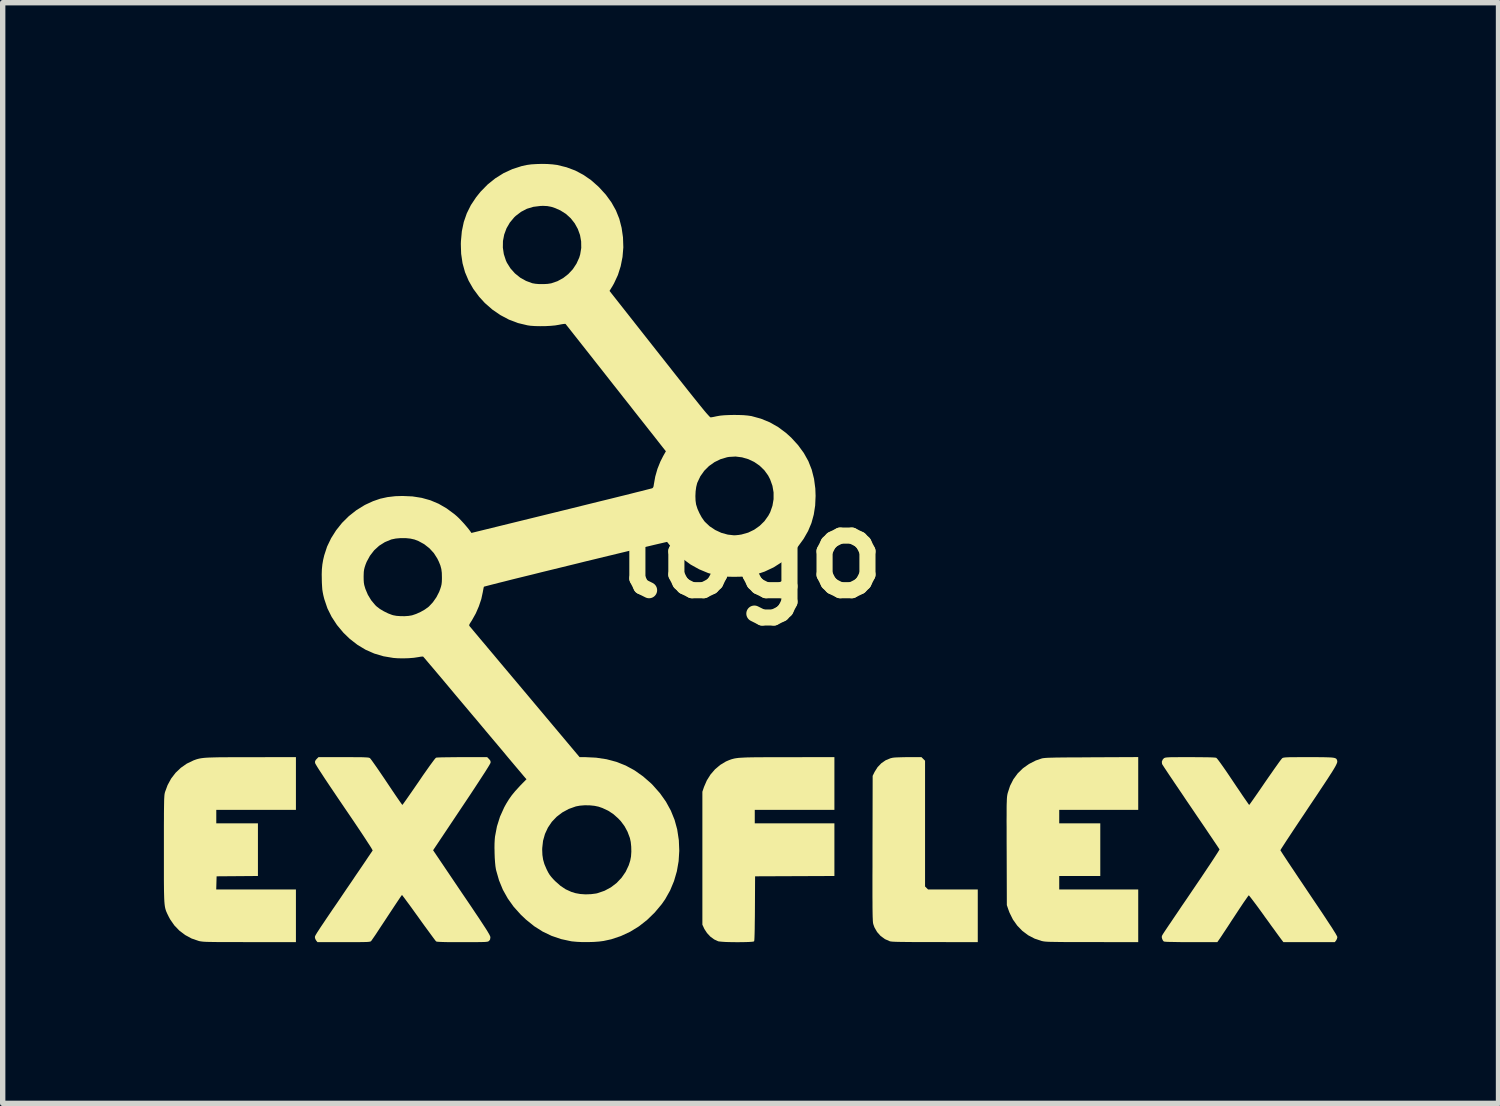
<source format=kicad_pcb>
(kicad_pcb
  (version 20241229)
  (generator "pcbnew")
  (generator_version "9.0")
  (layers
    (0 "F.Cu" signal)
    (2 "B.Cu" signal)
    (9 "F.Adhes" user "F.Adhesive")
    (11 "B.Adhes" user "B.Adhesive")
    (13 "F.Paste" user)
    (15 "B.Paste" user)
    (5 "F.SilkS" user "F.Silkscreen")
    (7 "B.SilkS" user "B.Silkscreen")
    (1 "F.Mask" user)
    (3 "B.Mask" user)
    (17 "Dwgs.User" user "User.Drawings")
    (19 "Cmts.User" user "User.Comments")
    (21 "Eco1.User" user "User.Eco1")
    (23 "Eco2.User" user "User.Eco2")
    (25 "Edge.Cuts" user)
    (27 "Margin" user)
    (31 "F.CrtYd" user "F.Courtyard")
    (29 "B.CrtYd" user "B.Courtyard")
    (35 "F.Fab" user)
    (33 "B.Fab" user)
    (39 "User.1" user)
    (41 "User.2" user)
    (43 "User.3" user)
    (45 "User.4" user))
  (footprint "logo"
    (layer "F.Cu")
    (at 10.916 7.244)
    (property "Reference" "logo" (at 0 0 0) (layer "F.SilkS") (effects (font (size 1.524 1.524) (thickness 0.3))))
    (attr board_only exclude_from_pos_files exclude_from_bom)
    (fp_poly (pts (xy 3.216 3.83) (xy 3.249 3.863) (xy 3.249 6.203) (xy 3.277 6.231) (xy 3.305 6.259) (xy 4.23 6.259) (xy 4.23 7.239) (xy 3.434 7.238) (xy 3.27 7.238) (xy 3.127 7.238) (xy 3.004 7.237) (xy 2.9 7.236) (xy 2.814 7.235) (xy 2.744 7.234) (xy 2.688 7.232) (xy 2.646 7.23) (xy 2.617 7.227) (xy 2.598 7.224) (xy 2.594 7.223) (xy 2.503 7.183) (xy 2.422 7.124) (xy 2.356 7.05) (xy 2.307 6.964) (xy 2.287 6.908) (xy 2.284 6.897) (xy 2.281 6.882) (xy 2.279 6.863) (xy 2.277 6.838) (xy 2.276 6.806) (xy 2.274 6.766) (xy 2.273 6.717) (xy 2.272 6.657) (xy 2.271 6.585) (xy 2.271 6.5) (xy 2.27 6.4) (xy 2.27 6.285) (xy 2.27 6.153) (xy 2.27 6.002) (xy 2.271 5.832) (xy 2.271 5.642) (xy 2.271 5.494) (xy 2.274 4.144) (xy 2.311 4.069) (xy 2.366 3.982) (xy 2.435 3.91) (xy 2.516 3.854) (xy 2.606 3.817) (xy 2.644 3.808) (xy 2.674 3.804) (xy 2.722 3.801) (xy 2.784 3.799) (xy 2.856 3.797) (xy 2.931 3.796) (xy 2.944 3.796) (xy 3.182 3.796)) (stroke (width 0) (type solid)) (fill yes) (layer "F.SilkS"))
    (fp_poly (pts (xy 1.562 4.777) (xy 0.08 4.777) (xy 0.08 5.028) (xy 1.562 5.028) (xy 1.562 6.008) (xy 0.086 6.014) (xy 0.083 6.611) (xy 0.082 6.76) (xy 0.08 6.886) (xy 0.079 6.991) (xy 0.077 7.076) (xy 0.075 7.141) (xy 0.073 7.187) (xy 0.07 7.214) (xy 0.067 7.224) (xy 0.052 7.229) (xy 0.017 7.233) (xy -0.033 7.236) (xy -0.095 7.238) (xy -0.166 7.239) (xy -0.241 7.24) (xy -0.318 7.239) (xy -0.393 7.238) (xy -0.461 7.236) (xy -0.521 7.232) (xy -0.567 7.228) (xy -0.597 7.224) (xy -0.601 7.223) (xy -0.676 7.188) (xy -0.747 7.136) (xy -0.809 7.069) (xy -0.858 6.994) (xy -0.863 6.983) (xy -0.895 6.914) (xy -0.895 4.44) (xy -0.864 4.349) (xy -0.812 4.229) (xy -0.743 4.119) (xy -0.659 4.022) (xy -0.563 3.941) (xy -0.457 3.877) (xy -0.401 3.853) (xy -0.374 3.843) (xy -0.348 3.834) (xy -0.321 3.827) (xy -0.292 3.82) (xy -0.259 3.815) (xy -0.22 3.81) (xy -0.174 3.807) (xy -0.118 3.804) (xy -0.052 3.801) (xy 0.027 3.8) (xy 0.12 3.798) (xy 0.228 3.798) (xy 0.355 3.797) (xy 0.5 3.797) (xy 0.666 3.797) (xy 0.698 3.797) (xy 1.562 3.796)) (stroke (width 0) (type solid)) (fill yes) (layer "F.SilkS"))
    (fp_poly (pts (xy 7.216 4.777) (xy 5.746 4.777) (xy 5.746 5.028) (xy 6.51 5.028) (xy 6.51 6.008) (xy 5.746 6.008) (xy 5.746 6.259) (xy 7.216 6.259) (xy 7.216 7.239) (xy 6.359 7.238) (xy 6.196 7.238) (xy 6.056 7.238) (xy 5.934 7.238) (xy 5.83 7.237) (xy 5.743 7.236) (xy 5.67 7.235) (xy 5.61 7.234) (xy 5.561 7.233) (xy 5.522 7.231) (xy 5.49 7.229) (xy 5.465 7.226) (xy 5.445 7.223) (xy 5.427 7.219) (xy 5.42 7.218) (xy 5.289 7.174) (xy 5.168 7.111) (xy 5.06 7.03) (xy 4.965 6.932) (xy 4.884 6.818) (xy 4.821 6.691) (xy 4.798 6.629) (xy 4.771 6.55) (xy 4.768 5.555) (xy 4.767 5.381) (xy 4.767 5.228) (xy 4.767 5.096) (xy 4.766 4.981) (xy 4.767 4.883) (xy 4.767 4.8) (xy 4.767 4.731) (xy 4.768 4.673) (xy 4.77 4.626) (xy 4.771 4.588) (xy 4.773 4.557) (xy 4.775 4.531) (xy 4.778 4.51) (xy 4.781 4.492) (xy 4.785 4.474) (xy 4.788 4.462) (xy 4.831 4.33) (xy 4.893 4.208) (xy 4.973 4.099) (xy 5.07 4.004) (xy 5.182 3.924) (xy 5.309 3.859) (xy 5.41 3.824) (xy 5.424 3.82) (xy 5.441 3.816) (xy 5.461 3.814) (xy 5.487 3.811) (xy 5.52 3.809) (xy 5.561 3.807) (xy 5.613 3.806) (xy 5.677 3.804) (xy 5.755 3.803) (xy 5.848 3.802) (xy 5.957 3.801) (xy 6.085 3.801) (xy 6.233 3.8) (xy 6.347 3.799) (xy 7.216 3.795)) (stroke (width 0) (type solid)) (fill yes) (layer "F.SilkS"))
    (fp_poly (pts (xy -8.459 4.777) (xy -9.941 4.777) (xy -9.941 5.028) (xy -9.166 5.028) (xy -9.166 6.008) (xy -9.551 6.011) (xy -9.935 6.014) (xy -9.942 6.259) (xy -8.459 6.259) (xy -8.459 7.239) (xy -9.323 7.239) (xy -9.484 7.238) (xy -9.625 7.238) (xy -9.746 7.238) (xy -9.849 7.238) (xy -9.936 7.237) (xy -10.008 7.236) (xy -10.068 7.235) (xy -10.117 7.234) (xy -10.156 7.232) (xy -10.187 7.23) (xy -10.212 7.227) (xy -10.233 7.224) (xy -10.251 7.221) (xy -10.267 7.217) (xy -10.27 7.216) (xy -10.401 7.171) (xy -10.521 7.106) (xy -10.629 7.024) (xy -10.722 6.927) (xy -10.799 6.816) (xy -10.825 6.768) (xy -10.84 6.737) (xy -10.854 6.709) (xy -10.865 6.684) (xy -10.876 6.659) (xy -10.884 6.633) (xy -10.892 6.604) (xy -10.898 6.571) (xy -10.903 6.532) (xy -10.907 6.485) (xy -10.91 6.43) (xy -10.912 6.363) (xy -10.914 6.285) (xy -10.915 6.193) (xy -10.916 6.085) (xy -10.916 5.961) (xy -10.916 5.818) (xy -10.916 5.655) (xy -10.916 5.518) (xy -10.916 5.343) (xy -10.916 5.19) (xy -10.916 5.056) (xy -10.915 4.941) (xy -10.915 4.843) (xy -10.914 4.759) (xy -10.913 4.69) (xy -10.912 4.633) (xy -10.911 4.586) (xy -10.909 4.549) (xy -10.907 4.519) (xy -10.905 4.495) (xy -10.902 4.476) (xy -10.899 4.461) (xy -10.895 4.447) (xy -10.895 4.446) (xy -10.847 4.316) (xy -10.781 4.195) (xy -10.698 4.087) (xy -10.6 3.994) (xy -10.49 3.917) (xy -10.369 3.859) (xy -10.368 3.858) (xy -10.338 3.847) (xy -10.31 3.837) (xy -10.282 3.829) (xy -10.252 3.822) (xy -10.218 3.816) (xy -10.179 3.811) (xy -10.133 3.807) (xy -10.079 3.804) (xy -10.014 3.802) (xy -9.936 3.8) (xy -9.845 3.798) (xy -9.737 3.798) (xy -9.613 3.797) (xy -9.469 3.797) (xy -9.304 3.797) (xy -9.288 3.797) (xy -8.459 3.796)) (stroke (width 0) (type solid)) (fill yes) (layer "F.SilkS"))
    (fp_poly (pts (xy -7.456 3.796) (xy -7.36 3.797) (xy -7.282 3.797) (xy -7.221 3.798) (xy -7.174 3.8) (xy -7.139 3.802) (xy -7.114 3.804) (xy -7.097 3.808) (xy -7.086 3.812) (xy -7.081 3.815) (xy -7.07 3.828) (xy -7.047 3.858) (xy -7.015 3.903) (xy -6.974 3.961) (xy -6.926 4.03) (xy -6.873 4.108) (xy -6.815 4.193) (xy -6.771 4.259) (xy -6.712 4.347) (xy -6.657 4.429) (xy -6.607 4.503) (xy -6.563 4.567) (xy -6.527 4.619) (xy -6.5 4.657) (xy -6.483 4.68) (xy -6.478 4.685) (xy -6.47 4.676) (xy -6.451 4.65) (xy -6.421 4.608) (xy -6.383 4.554) (xy -6.337 4.488) (xy -6.284 4.412) (xy -6.227 4.329) (xy -6.173 4.251) (xy -6.095 4.136) (xy -6.026 4.038) (xy -5.968 3.956) (xy -5.921 3.892) (xy -5.886 3.845) (xy -5.862 3.816) (xy -5.85 3.806) (xy -5.834 3.804) (xy -5.796 3.802) (xy -5.742 3.8) (xy -5.672 3.799) (xy -5.59 3.798) (xy -5.498 3.797) (xy -5.398 3.796) (xy -5.362 3.796) (xy -4.9 3.796) (xy -4.866 3.831) (xy -4.843 3.858) (xy -4.836 3.881) (xy -4.837 3.902) (xy -4.845 3.918) (xy -4.864 3.952) (xy -4.896 4.004) (xy -4.938 4.071) (xy -4.992 4.154) (xy -5.055 4.251) (xy -5.127 4.361) (xy -5.208 4.484) (xy -5.298 4.619) (xy -5.375 4.734) (xy -5.906 5.529) (xy -5.373 6.319) (xy -5.277 6.46) (xy -5.193 6.584) (xy -5.121 6.692) (xy -5.059 6.784) (xy -5.007 6.863) (xy -4.964 6.929) (xy -4.928 6.984) (xy -4.9 7.028) (xy -4.879 7.064) (xy -4.863 7.091) (xy -4.852 7.113) (xy -4.845 7.129) (xy -4.841 7.141) (xy -4.84 7.151) (xy -4.84 7.152) (xy -4.846 7.191) (xy -4.866 7.217) (xy -4.867 7.218) (xy -4.875 7.223) (xy -4.885 7.228) (xy -4.899 7.231) (xy -4.921 7.234) (xy -4.951 7.236) (xy -4.992 7.237) (xy -5.047 7.238) (xy -5.117 7.239) (xy -5.205 7.239) (xy -5.312 7.239) (xy -5.363 7.239) (xy -5.486 7.239) (xy -5.588 7.239) (xy -5.671 7.238) (xy -5.736 7.236) (xy -5.785 7.234) (xy -5.819 7.232) (xy -5.84 7.229) (xy -5.85 7.225) (xy -5.85 7.225) (xy -5.861 7.213) (xy -5.883 7.184) (xy -5.915 7.141) (xy -5.956 7.085) (xy -6.005 7.018) (xy -6.061 6.942) (xy -6.121 6.859) (xy -6.173 6.786) (xy -6.236 6.699) (xy -6.294 6.618) (xy -6.347 6.545) (xy -6.394 6.482) (xy -6.432 6.43) (xy -6.461 6.392) (xy -6.479 6.368) (xy -6.485 6.361) (xy -6.493 6.371) (xy -6.512 6.397) (xy -6.54 6.439) (xy -6.577 6.494) (xy -6.621 6.56) (xy -6.671 6.636) (xy -6.726 6.719) (xy -6.766 6.78) (xy -6.824 6.868) (xy -6.879 6.951) (xy -6.929 7.027) (xy -6.972 7.093) (xy -7.009 7.147) (xy -7.037 7.187) (xy -7.054 7.212) (xy -7.06 7.219) (xy -7.066 7.224) (xy -7.075 7.228) (xy -7.089 7.231) (xy -7.111 7.234) (xy -7.142 7.236) (xy -7.185 7.237) (xy -7.24 7.238) (xy -7.312 7.239) (xy -7.401 7.239) (xy -7.51 7.239) (xy -7.569 7.239) (xy -8.058 7.239) (xy -8.082 7.209) (xy -8.099 7.179) (xy -8.106 7.149) (xy -8.106 7.144) (xy -8.105 7.138) (xy -8.103 7.13) (xy -8.099 7.121) (xy -8.092 7.107) (xy -8.081 7.089) (xy -8.067 7.065) (xy -8.046 7.033) (xy -8.021 6.994) (xy -7.988 6.944) (xy -7.948 6.885) (xy -7.9 6.813) (xy -7.843 6.729) (xy -7.776 6.63) (xy -7.698 6.517) (xy -7.61 6.387) (xy -7.51 6.239) (xy -7.496 6.219) (xy -7.42 6.108) (xy -7.349 6.002) (xy -7.281 5.903) (xy -7.22 5.813) (xy -7.165 5.732) (xy -7.119 5.663) (xy -7.081 5.607) (xy -7.053 5.566) (xy -7.036 5.541) (xy -7.031 5.533) (xy -7.036 5.522) (xy -7.053 5.492) (xy -7.081 5.447) (xy -7.121 5.386) (xy -7.17 5.31) (xy -7.228 5.222) (xy -7.295 5.122) (xy -7.37 5.01) (xy -7.452 4.889) (xy -7.54 4.76) (xy -7.561 4.729) (xy -7.671 4.567) (xy -7.768 4.423) (xy -7.853 4.297) (xy -7.925 4.189) (xy -7.984 4.098) (xy -8.032 4.025) (xy -8.067 3.969) (xy -8.09 3.93) (xy -8.102 3.907) (xy -8.103 3.902) (xy -8.103 3.873) (xy -8.089 3.848) (xy -8.074 3.831) (xy -8.039 3.796) (xy -7.573 3.796)) (stroke (width 0) (type solid)) (fill yes) (layer "F.SilkS"))
    (fp_poly (pts (xy 10.504 3.796) (xy 10.605 3.797) (xy 10.687 3.798) (xy 10.753 3.8) (xy 10.803 3.802) (xy 10.842 3.806) (xy 10.869 3.811) (xy 10.888 3.818) (xy 10.901 3.826) (xy 10.909 3.836) (xy 10.914 3.848) (xy 10.918 3.859) (xy 10.92 3.87) (xy 10.92 3.883) (xy 10.917 3.899) (xy 10.909 3.919) (xy 10.897 3.945) (xy 10.88 3.977) (xy 10.856 4.018) (xy 10.826 4.067) (xy 10.787 4.127) (xy 10.741 4.199) (xy 10.685 4.284) (xy 10.619 4.383) (xy 10.543 4.498) (xy 10.455 4.629) (xy 10.391 4.724) (xy 10.311 4.845) (xy 10.233 4.961) (xy 10.161 5.069) (xy 10.094 5.17) (xy 10.034 5.261) (xy 9.981 5.341) (xy 9.937 5.409) (xy 9.902 5.463) (xy 9.877 5.502) (xy 9.864 5.524) (xy 9.861 5.528) (xy 9.868 5.539) (xy 9.886 5.568) (xy 9.915 5.613) (xy 9.954 5.672) (xy 10.001 5.744) (xy 10.058 5.829) (xy 10.121 5.923) (xy 10.19 6.027) (xy 10.265 6.138) (xy 10.344 6.256) (xy 10.391 6.326) (xy 10.492 6.476) (xy 10.581 6.608) (xy 10.658 6.723) (xy 10.723 6.822) (xy 10.778 6.906) (xy 10.824 6.975) (xy 10.859 7.032) (xy 10.887 7.076) (xy 10.905 7.109) (xy 10.917 7.131) (xy 10.921 7.144) (xy 10.922 7.146) (xy 10.914 7.179) (xy 10.898 7.209) (xy 10.874 7.239) (xy 9.918 7.239) (xy 9.872 7.179) (xy 9.856 7.157) (xy 9.827 7.118) (xy 9.789 7.066) (xy 9.743 7.002) (xy 9.69 6.93) (xy 9.633 6.85) (xy 9.572 6.767) (xy 9.556 6.743) (xy 9.497 6.662) (xy 9.442 6.586) (xy 9.392 6.519) (xy 9.349 6.462) (xy 9.314 6.416) (xy 9.289 6.385) (xy 9.276 6.369) (xy 9.274 6.368) (xy 9.265 6.377) (xy 9.246 6.403) (xy 9.217 6.445) (xy 9.179 6.499) (xy 9.135 6.565) (xy 9.085 6.64) (xy 9.032 6.721) (xy 9.011 6.753) (xy 8.954 6.839) (xy 8.901 6.921) (xy 8.851 6.997) (xy 8.807 7.063) (xy 8.771 7.118) (xy 8.743 7.16) (xy 8.726 7.185) (xy 8.723 7.189) (xy 8.688 7.239) (xy 8.2 7.239) (xy 8.08 7.239) (xy 7.973 7.238) (xy 7.881 7.236) (xy 7.805 7.235) (xy 7.748 7.233) (xy 7.71 7.23) (xy 7.693 7.227) (xy 7.693 7.227) (xy 7.677 7.21) (xy 7.662 7.18) (xy 7.661 7.176) (xy 7.654 7.147) (xy 7.657 7.123) (xy 7.673 7.094) (xy 7.683 7.078) (xy 7.705 7.044) (xy 7.738 6.995) (xy 7.78 6.932) (xy 7.832 6.856) (xy 7.891 6.768) (xy 7.957 6.671) (xy 8.028 6.565) (xy 8.105 6.453) (xy 8.185 6.335) (xy 8.216 6.289) (xy 8.296 6.171) (xy 8.373 6.058) (xy 8.444 5.952) (xy 8.51 5.853) (xy 8.569 5.765) (xy 8.62 5.687) (xy 8.662 5.622) (xy 8.695 5.571) (xy 8.717 5.535) (xy 8.728 5.516) (xy 8.729 5.513) (xy 8.722 5.502) (xy 8.703 5.473) (xy 8.673 5.428) (xy 8.633 5.369) (xy 8.584 5.296) (xy 8.527 5.212) (xy 8.464 5.118) (xy 8.393 5.014) (xy 8.318 4.904) (xy 8.239 4.787) (xy 8.197 4.725) (xy 8.115 4.605) (xy 8.038 4.49) (xy 7.965 4.382) (xy 7.897 4.282) (xy 7.836 4.191) (xy 7.782 4.111) (xy 7.737 4.043) (xy 7.701 3.989) (xy 7.676 3.95) (xy 7.662 3.928) (xy 7.66 3.924) (xy 7.655 3.882) (xy 7.671 3.842) (xy 7.692 3.819) (xy 7.7 3.813) (xy 7.71 3.809) (xy 7.724 3.805) (xy 7.744 3.802) (xy 7.772 3.8) (xy 7.811 3.798) (xy 7.863 3.797) (xy 7.93 3.797) (xy 8.014 3.796) (xy 8.117 3.796) (xy 8.181 3.796) (xy 8.316 3.797) (xy 8.429 3.798) (xy 8.519 3.799) (xy 8.589 3.801) (xy 8.636 3.804) (xy 8.663 3.807) (xy 8.668 3.809) (xy 8.682 3.822) (xy 8.707 3.853) (xy 8.744 3.903) (xy 8.791 3.969) (xy 8.849 4.052) (xy 8.916 4.151) (xy 8.985 4.254) (xy 9.044 4.342) (xy 9.1 4.424) (xy 9.15 4.499) (xy 9.194 4.563) (xy 9.231 4.616) (xy 9.258 4.655) (xy 9.275 4.679) (xy 9.281 4.686) (xy 9.289 4.676) (xy 9.308 4.65) (xy 9.337 4.609) (xy 9.375 4.555) (xy 9.421 4.489) (xy 9.473 4.414) (xy 9.53 4.331) (xy 9.577 4.262) (xy 9.638 4.174) (xy 9.696 4.091) (xy 9.749 4.015) (xy 9.796 3.949) (xy 9.835 3.894) (xy 9.866 3.852) (xy 9.887 3.826) (xy 9.894 3.818) (xy 9.902 3.812) (xy 9.912 3.808) (xy 9.927 3.805) (xy 9.949 3.802) (xy 9.979 3.8) (xy 10.021 3.798) (xy 10.076 3.797) (xy 10.146 3.797) (xy 10.234 3.796) (xy 10.343 3.796) (xy 10.382 3.796)) (stroke (width 0) (type solid)) (fill yes) (layer "F.SilkS"))
    (fp_poly (pts (xy -3.78 -7.242) (xy -3.684 -7.235) (xy -3.604 -7.225) (xy -3.597 -7.224) (xy -3.423 -7.181) (xy -3.262 -7.121) (xy -3.111 -7.041) (xy -2.968 -6.943) (xy -2.831 -6.822) (xy -2.815 -6.806) (xy -2.69 -6.669) (xy -2.587 -6.527) (xy -2.504 -6.379) (xy -2.441 -6.222) (xy -2.398 -6.055) (xy -2.372 -5.875) (xy -2.372 -5.869) (xy -2.366 -5.69) (xy -2.381 -5.512) (xy -2.415 -5.34) (xy -2.467 -5.176) (xy -2.538 -5.023) (xy -2.566 -4.973) (xy -2.623 -4.88) (xy -1.695 -3.702) (xy -1.559 -3.53) (xy -1.437 -3.375) (xy -1.327 -3.236) (xy -1.229 -3.113) (xy -1.143 -3.004) (xy -1.067 -2.909) (xy -1.001 -2.827) (xy -0.945 -2.757) (xy -0.897 -2.698) (xy -0.857 -2.649) (xy -0.824 -2.61) (xy -0.797 -2.58) (xy -0.776 -2.557) (xy -0.761 -2.541) (xy -0.75 -2.531) (xy -0.742 -2.527) (xy -0.74 -2.527) (xy -0.716 -2.53) (xy -0.678 -2.537) (xy -0.632 -2.547) (xy -0.621 -2.549) (xy -0.564 -2.559) (xy -0.49 -2.566) (xy -0.404 -2.57) (xy -0.311 -2.572) (xy -0.218 -2.571) (xy -0.13 -2.568) (xy -0.052 -2.561) (xy 0.011 -2.552) (xy 0.018 -2.551) (xy 0.196 -2.502) (xy 0.361 -2.434) (xy 0.516 -2.346) (xy 0.662 -2.237) (xy 0.759 -2.149) (xy 0.886 -2.01) (xy 0.992 -1.865) (xy 1.077 -1.713) (xy 1.14 -1.553) (xy 1.183 -1.383) (xy 1.207 -1.203) (xy 1.212 -1.066) (xy 1.204 -0.885) (xy 1.178 -0.718) (xy 1.135 -0.561) (xy 1.072 -0.411) (xy 0.989 -0.266) (xy 0.885 -0.123) (xy 0.854 -0.085) (xy 0.726 0.05) (xy 0.584 0.167) (xy 0.43 0.265) (xy 0.264 0.343) (xy 0.089 0.402) (xy 0.02 0.418) (xy -0.041 0.428) (xy -0.12 0.435) (xy -0.209 0.439) (xy -0.304 0.44) (xy -0.398 0.439) (xy -0.487 0.434) (xy -0.563 0.427) (xy -0.613 0.419) (xy -0.788 0.37) (xy -0.956 0.3) (xy -1.114 0.212) (xy -1.259 0.106) (xy -1.391 -0.016) (xy -1.484 -0.124) (xy -1.512 -0.159) (xy -1.535 -0.189) (xy -1.549 -0.206) (xy -1.551 -0.209) (xy -1.563 -0.207) (xy -1.595 -0.2) (xy -1.646 -0.188) (xy -1.716 -0.172) (xy -1.801 -0.152) (xy -1.901 -0.128) (xy -2.015 -0.101) (xy -2.141 -0.071) (xy -2.277 -0.038) (xy -2.422 -0.003) (xy -2.574 0.034) (xy -2.733 0.072) (xy -2.896 0.112) (xy -3.063 0.152) (xy -3.231 0.194) (xy -3.399 0.235) (xy -3.566 0.276) (xy -3.73 0.316) (xy -3.89 0.355) (xy -4.045 0.394) (xy -4.192 0.43) (xy -4.331 0.464) (xy -4.46 0.496) (xy -4.577 0.526) (xy -4.682 0.552) (xy -4.772 0.575) (xy -4.846 0.594) (xy -4.903 0.609) (xy -4.941 0.619) (xy -4.959 0.624) (xy -4.96 0.625) (xy -4.965 0.639) (xy -4.971 0.67) (xy -4.979 0.712) (xy -4.981 0.724) (xy -5.009 0.854) (xy -5.054 0.988) (xy -5.111 1.12) (xy -5.178 1.24) (xy -5.197 1.271) (xy -5.221 1.308) (xy -5.233 1.332) (xy -5.234 1.348) (xy -5.229 1.356) (xy -5.219 1.369) (xy -5.195 1.397) (xy -5.161 1.438) (xy -5.119 1.488) (xy -5.071 1.545) (xy -5.028 1.597) (xy -4.995 1.636) (xy -4.948 1.691) (xy -4.89 1.761) (xy -4.82 1.844) (xy -4.741 1.938) (xy -4.653 2.043) (xy -4.558 2.156) (xy -4.457 2.276) (xy -4.35 2.403) (xy -4.24 2.534) (xy -4.128 2.667) (xy -4.015 2.802) (xy -4.01 2.808) (xy -3.18 3.796) (xy -3.079 3.796) (xy -2.873 3.806) (xy -2.679 3.835) (xy -2.495 3.884) (xy -2.321 3.953) (xy -2.156 4.043) (xy -1.999 4.154) (xy -1.848 4.286) (xy -1.814 4.321) (xy -1.684 4.468) (xy -1.573 4.625) (xy -1.482 4.791) (xy -1.412 4.964) (xy -1.363 5.143) (xy -1.363 5.145) (xy -1.333 5.343) (xy -1.325 5.539) (xy -1.337 5.732) (xy -1.37 5.921) (xy -1.423 6.103) (xy -1.495 6.276) (xy -1.587 6.44) (xy -1.652 6.533) (xy -1.782 6.688) (xy -1.924 6.826) (xy -2.077 6.946) (xy -2.24 7.046) (xy -2.412 7.126) (xy -2.591 7.186) (xy -2.734 7.217) (xy -2.818 7.228) (xy -2.916 7.235) (xy -3.023 7.238) (xy -3.13 7.238) (xy -3.231 7.233) (xy -3.319 7.225) (xy -3.34 7.222) (xy -3.525 7.182) (xy -3.701 7.122) (xy -3.868 7.042) (xy -4.027 6.941) (xy -4.179 6.818) (xy -4.275 6.727) (xy -4.407 6.58) (xy -4.517 6.426) (xy -4.608 6.263) (xy -4.679 6.09) (xy -4.732 5.905) (xy -4.737 5.883) (xy -4.746 5.827) (xy -4.753 5.755) (xy -4.759 5.67) (xy -4.762 5.58) (xy -4.763 5.518) (xy -3.876 5.518) (xy -3.872 5.617) (xy -3.859 5.703) (xy -3.835 5.787) (xy -3.797 5.876) (xy -3.789 5.893) (xy -3.763 5.944) (xy -3.738 5.985) (xy -3.708 6.024) (xy -3.67 6.067) (xy -3.633 6.105) (xy -3.537 6.19) (xy -3.44 6.255) (xy -3.335 6.303) (xy -3.258 6.327) (xy -3.169 6.343) (xy -3.069 6.35) (xy -2.967 6.346) (xy -2.873 6.334) (xy -2.844 6.327) (xy -2.716 6.283) (xy -2.597 6.219) (xy -2.491 6.138) (xy -2.399 6.041) (xy -2.323 5.931) (xy -2.265 5.808) (xy -2.238 5.723) (xy -2.223 5.646) (xy -2.217 5.556) (xy -2.219 5.463) (xy -2.228 5.375) (xy -2.244 5.301) (xy -2.288 5.184) (xy -2.343 5.082) (xy -2.412 4.989) (xy -2.462 4.936) (xy -2.552 4.856) (xy -2.648 4.793) (xy -2.755 4.743) (xy -2.827 4.718) (xy -2.903 4.702) (xy -2.992 4.693) (xy -3.085 4.692) (xy -3.174 4.699) (xy -3.249 4.713) (xy -3.381 4.76) (xy -3.501 4.825) (xy -3.606 4.905) (xy -3.696 4.999) (xy -3.769 5.107) (xy -3.824 5.225) (xy -3.86 5.352) (xy -3.875 5.487) (xy -3.876 5.518) (xy -4.763 5.518) (xy -4.764 5.489) (xy -4.763 5.403) (xy -4.759 5.328) (xy -4.754 5.275) (xy -4.718 5.085) (xy -4.661 4.904) (xy -4.583 4.731) (xy -4.548 4.667) (xy -4.497 4.584) (xy -4.442 4.506) (xy -4.378 4.428) (xy -4.301 4.344) (xy -4.277 4.318) (xy -4.168 4.207) (xy -4.192 4.181) (xy -4.202 4.169) (xy -4.226 4.141) (xy -4.262 4.098) (xy -4.311 4.04) (xy -4.371 3.969) (xy -4.441 3.886) (xy -4.52 3.792) (xy -4.607 3.687) (xy -4.702 3.574) (xy -4.804 3.453) (xy -4.911 3.326) (xy -5.023 3.192) (xy -5.139 3.054) (xy -5.148 3.044) (xy -5.264 2.906) (xy -5.376 2.773) (xy -5.483 2.646) (xy -5.584 2.525) (xy -5.678 2.413) (xy -5.765 2.309) (xy -5.844 2.216) (xy -5.913 2.134) (xy -5.973 2.064) (xy -6.021 2.007) (xy -6.057 1.964) (xy -6.081 1.937) (xy -6.09 1.926) (xy -6.091 1.926) (xy -6.106 1.924) (xy -6.137 1.927) (xy -6.177 1.934) (xy -6.177 1.934) (xy -6.262 1.947) (xy -6.361 1.955) (xy -6.465 1.958) (xy -6.565 1.956) (xy -6.646 1.95) (xy -6.83 1.919) (xy -7.002 1.868) (xy -7.163 1.797) (xy -7.314 1.706) (xy -7.457 1.595) (xy -7.575 1.481) (xy -7.695 1.337) (xy -7.794 1.186) (xy -7.873 1.027) (xy -7.93 0.858) (xy -7.936 0.836) (xy -7.95 0.779) (xy -7.96 0.728) (xy -7.968 0.677) (xy -7.972 0.62) (xy -7.976 0.55) (xy -7.977 0.512) (xy -7.978 0.439) (xy -7.199 0.439) (xy -7.198 0.501) (xy -7.195 0.548) (xy -7.188 0.591) (xy -7.175 0.636) (xy -7.166 0.666) (xy -7.12 0.775) (xy -7.058 0.877) (xy -6.984 0.966) (xy -6.957 0.992) (xy -6.897 1.038) (xy -6.823 1.082) (xy -6.744 1.121) (xy -6.668 1.15) (xy -6.646 1.156) (xy -6.587 1.167) (xy -6.515 1.172) (xy -6.437 1.173) (xy -6.364 1.168) (xy -6.303 1.158) (xy -6.298 1.157) (xy -6.221 1.131) (xy -6.139 1.094) (xy -6.061 1.05) (xy -5.995 1.002) (xy -5.983 0.992) (xy -5.91 0.914) (xy -5.845 0.821) (xy -5.793 0.72) (xy -5.775 0.672) (xy -5.759 0.623) (xy -5.749 0.58) (xy -5.744 0.535) (xy -5.742 0.48) (xy -5.742 0.45) (xy -5.744 0.366) (xy -5.753 0.295) (xy -5.771 0.228) (xy -5.8 0.157) (xy -5.829 0.098) (xy -5.893 -0.002) (xy -5.975 -0.091) (xy -6.072 -0.167) (xy -6.18 -0.226) (xy -6.253 -0.254) (xy -6.329 -0.271) (xy -6.418 -0.28) (xy -6.511 -0.28) (xy -6.601 -0.272) (xy -6.679 -0.256) (xy -6.686 -0.254) (xy -6.804 -0.205) (xy -6.91 -0.138) (xy -7.003 -0.053) (xy -7.081 0.048) (xy -7.143 0.162) (xy -7.164 0.215) (xy -7.18 0.264) (xy -7.19 0.305) (xy -7.196 0.347) (xy -7.198 0.398) (xy -7.199 0.439) (xy -7.978 0.439) (xy -7.979 0.398) (xy -7.976 0.3) (xy -7.967 0.211) (xy -7.952 0.124) (xy -7.932 0.04) (xy -7.879 -0.122) (xy -7.804 -0.278) (xy -7.711 -0.425) (xy -7.601 -0.563) (xy -7.475 -0.688) (xy -7.336 -0.798) (xy -7.186 -0.891) (xy -7.159 -0.905) (xy -7.024 -0.967) (xy -6.891 -1.013) (xy -6.755 -1.043) (xy -6.61 -1.06) (xy -6.475 -1.064) (xy -6.29 -1.056) (xy -6.118 -1.029) (xy -5.957 -0.984) (xy -5.803 -0.919) (xy -5.656 -0.834) (xy -5.511 -0.727) (xy -5.463 -0.686) (xy -5.425 -0.65) (xy -5.379 -0.602) (xy -5.33 -0.549) (xy -5.283 -0.494) (xy -5.242 -0.444) (xy -5.212 -0.404) (xy -5.21 -0.401) (xy -5.193 -0.376) (xy -3.523 -0.786) (xy -3.332 -0.833) (xy -3.147 -0.879) (xy -2.969 -0.923) (xy -2.799 -0.965) (xy -2.639 -1.004) (xy -2.49 -1.041) (xy -2.406 -1.062) (xy -1.025 -1.062) (xy -1.022 -0.978) (xy -1.012 -0.906) (xy -1.01 -0.9) (xy -0.986 -0.824) (xy -0.95 -0.744) (xy -0.909 -0.668) (xy -0.864 -0.603) (xy -0.849 -0.584) (xy -0.76 -0.5) (xy -0.656 -0.431) (xy -0.542 -0.378) (xy -0.422 -0.345) (xy -0.306 -0.332) (xy -0.268 -0.334) (xy -0.218 -0.339) (xy -0.167 -0.347) (xy -0.164 -0.348) (xy -0.043 -0.382) (xy 0.069 -0.436) (xy 0.171 -0.508) (xy 0.26 -0.595) (xy 0.332 -0.696) (xy 0.367 -0.761) (xy 0.409 -0.881) (xy 0.43 -1.004) (xy 0.43 -1.13) (xy 0.409 -1.253) (xy 0.366 -1.373) (xy 0.329 -1.445) (xy 0.257 -1.544) (xy 0.17 -1.628) (xy 0.07 -1.697) (xy -0.04 -1.749) (xy -0.157 -1.783) (xy -0.277 -1.798) (xy -0.398 -1.791) (xy -0.434 -1.785) (xy -0.556 -1.749) (xy -0.669 -1.694) (xy -0.772 -1.621) (xy -0.86 -1.533) (xy -0.933 -1.43) (xy -0.987 -1.316) (xy -0.993 -1.3) (xy -1.01 -1.231) (xy -1.021 -1.149) (xy -1.025 -1.062) (xy -2.406 -1.062) (xy -2.352 -1.075) (xy -2.228 -1.106) (xy -2.118 -1.134) (xy -2.024 -1.157) (xy -1.947 -1.177) (xy -1.888 -1.192) (xy -1.849 -1.202) (xy -1.83 -1.207) (xy -1.828 -1.208) (xy -1.814 -1.219) (xy -1.804 -1.241) (xy -1.798 -1.279) (xy -1.797 -1.285) (xy -1.772 -1.425) (xy -1.731 -1.569) (xy -1.675 -1.708) (xy -1.625 -1.806) (xy -1.574 -1.896) (xy -1.629 -1.965) (xy -1.643 -1.983) (xy -1.67 -2.017) (xy -1.709 -2.067) (xy -1.76 -2.132) (xy -1.821 -2.21) (xy -1.892 -2.299) (xy -1.971 -2.4) (xy -2.058 -2.51) (xy -2.152 -2.629) (xy -2.251 -2.756) (xy -2.356 -2.888) (xy -2.464 -3.026) (xy -2.559 -3.146) (xy -2.669 -3.286) (xy -2.775 -3.421) (xy -2.877 -3.55) (xy -2.972 -3.671) (xy -3.062 -3.785) (xy -3.144 -3.889) (xy -3.218 -3.983) (xy -3.283 -4.065) (xy -3.338 -4.135) (xy -3.382 -4.191) (xy -3.415 -4.232) (xy -3.435 -4.258) (xy -3.442 -4.266) (xy -3.455 -4.267) (xy -3.486 -4.264) (xy -3.529 -4.257) (xy -3.563 -4.25) (xy -3.634 -4.238) (xy -3.721 -4.23) (xy -3.817 -4.225) (xy -3.916 -4.224) (xy -4.011 -4.226) (xy -4.096 -4.232) (xy -4.15 -4.24) (xy -4.326 -4.282) (xy -4.495 -4.346) (xy -4.655 -4.431) (xy -4.805 -4.534) (xy -4.944 -4.656) (xy -5.049 -4.771) (xy -5.158 -4.918) (xy -5.245 -5.07) (xy -5.312 -5.228) (xy -5.358 -5.394) (xy -5.384 -5.57) (xy -5.388 -5.686) (xy -4.608 -5.686) (xy -4.59 -5.564) (xy -4.551 -5.445) (xy -4.532 -5.404) (xy -4.466 -5.299) (xy -4.383 -5.206) (xy -4.285 -5.127) (xy -4.176 -5.066) (xy -4.059 -5.023) (xy -4 -5.013) (xy -3.928 -5.007) (xy -3.85 -5.007) (xy -3.775 -5.011) (xy -3.711 -5.021) (xy -3.706 -5.022) (xy -3.592 -5.061) (xy -3.486 -5.119) (xy -3.39 -5.194) (xy -3.306 -5.284) (xy -3.238 -5.387) (xy -3.187 -5.499) (xy -3.169 -5.559) (xy -3.149 -5.68) (xy -3.151 -5.801) (xy -3.172 -5.92) (xy -3.213 -6.033) (xy -3.271 -6.138) (xy -3.345 -6.232) (xy -3.434 -6.313) (xy -3.537 -6.378) (xy -3.546 -6.382) (xy -3.631 -6.42) (xy -3.706 -6.445) (xy -3.781 -6.459) (xy -3.862 -6.463) (xy -3.91 -6.461) (xy -4.04 -6.445) (xy -4.16 -6.409) (xy -4.269 -6.352) (xy -4.37 -6.275) (xy -4.397 -6.249) (xy -4.478 -6.152) (xy -4.54 -6.045) (xy -4.583 -5.929) (xy -4.606 -5.809) (xy -4.608 -5.686) (xy -5.388 -5.686) (xy -5.39 -5.756) (xy -5.388 -5.808) (xy -5.371 -5.992) (xy -5.335 -6.163) (xy -5.279 -6.324) (xy -5.203 -6.477) (xy -5.105 -6.624) (xy -5.024 -6.725) (xy -4.892 -6.86) (xy -4.749 -6.975) (xy -4.594 -7.072) (xy -4.431 -7.147) (xy -4.258 -7.203) (xy -4.161 -7.224) (xy -4.08 -7.235) (xy -3.984 -7.241) (xy -3.882 -7.244)) (stroke (width 0) (type solid)) (fill yes) (layer "F.SilkS")))
  (gr_rect
    (start -3 -3)
    (end 24.837 17.483)
    (stroke (width 0.1) (type default))
    (fill no)
    (layer "Edge.Cuts")))
</source>
